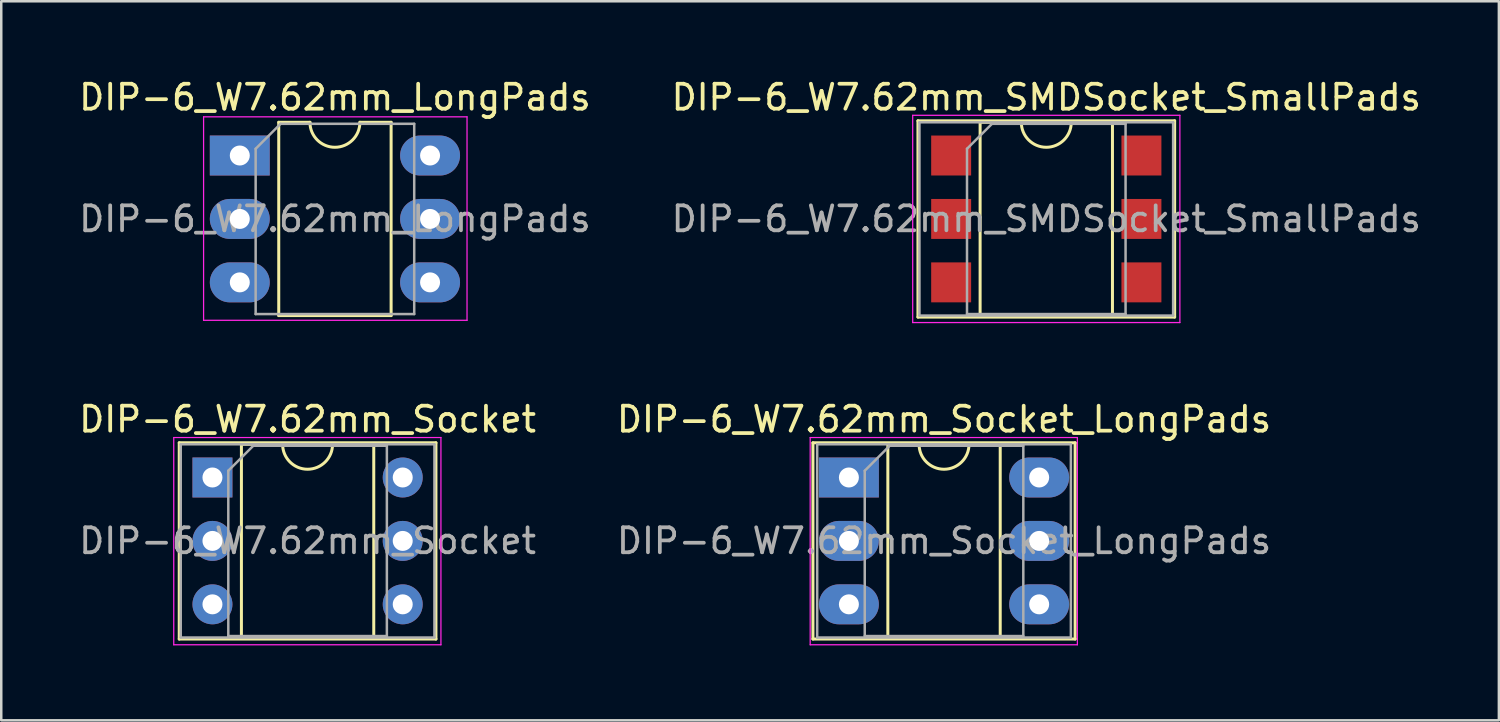
<source format=kicad_pcb>
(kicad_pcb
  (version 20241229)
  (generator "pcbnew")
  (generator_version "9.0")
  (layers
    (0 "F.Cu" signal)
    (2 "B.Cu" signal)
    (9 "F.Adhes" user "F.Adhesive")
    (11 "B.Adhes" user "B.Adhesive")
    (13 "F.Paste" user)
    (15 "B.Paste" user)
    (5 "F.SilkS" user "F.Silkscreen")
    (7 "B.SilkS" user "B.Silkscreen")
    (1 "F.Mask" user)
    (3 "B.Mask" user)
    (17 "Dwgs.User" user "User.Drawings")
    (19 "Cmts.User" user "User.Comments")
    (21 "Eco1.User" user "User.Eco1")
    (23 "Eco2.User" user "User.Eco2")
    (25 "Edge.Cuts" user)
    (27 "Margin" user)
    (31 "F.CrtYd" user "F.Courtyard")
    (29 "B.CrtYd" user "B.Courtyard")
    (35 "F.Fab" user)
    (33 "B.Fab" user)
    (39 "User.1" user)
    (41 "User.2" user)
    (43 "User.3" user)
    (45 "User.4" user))
  (footprint "DIP-6_W7.62mm_LongPads"
    (layer "F.Cu")
    (at 6.553 3.178)
    (property "Reference" "DIP-6_W7.62mm_LongPads" (at 3.81 -2.33 0) (layer "F.SilkS") (effects (font (size 1 1) (thickness 0.15))))
    (attr through_hole)
    (fp_line (start 1.56 -1.33) (end 1.56 6.41) (stroke (width 0.12) (type solid)) (layer "F.SilkS"))
    (fp_line (start 1.56 6.41) (end 6.06 6.41) (stroke (width 0.12) (type solid)) (layer "F.SilkS"))
    (fp_line (start 2.81 -1.33) (end 1.56 -1.33) (stroke (width 0.12) (type solid)) (layer "F.SilkS"))
    (fp_line (start 6.06 -1.33) (end 4.81 -1.33) (stroke (width 0.12) (type solid)) (layer "F.SilkS"))
    (fp_line (start 6.06 6.41) (end 6.06 -1.33) (stroke (width 0.12) (type solid)) (layer "F.SilkS"))
    (fp_arc (start 4.81 -1.33) (mid 3.81 -0.33) (end 2.81 -1.33) (stroke (width 0.12) (type solid)) (layer "F.SilkS"))
    (fp_line (start -1.45 -1.55) (end -1.45 6.6) (stroke (width 0.05) (type solid)) (layer "F.CrtYd"))
    (fp_line (start -1.45 6.6) (end 9.1 6.6) (stroke (width 0.05) (type solid)) (layer "F.CrtYd"))
    (fp_line (start 9.1 -1.55) (end -1.45 -1.55) (stroke (width 0.05) (type solid)) (layer "F.CrtYd"))
    (fp_line (start 9.1 6.6) (end 9.1 -1.55) (stroke (width 0.05) (type solid)) (layer "F.CrtYd"))
    (fp_line (start 0.635 -0.27) (end 1.635 -1.27) (stroke (width 0.1) (type solid)) (layer "F.Fab"))
    (fp_line (start 0.635 6.35) (end 0.635 -0.27) (stroke (width 0.1) (type solid)) (layer "F.Fab"))
    (fp_line (start 1.635 -1.27) (end 6.985 -1.27) (stroke (width 0.1) (type solid)) (layer "F.Fab"))
    (fp_line (start 6.985 -1.27) (end 6.985 6.35) (stroke (width 0.1) (type solid)) (layer "F.Fab"))
    (fp_line (start 6.985 6.35) (end 0.635 6.35) (stroke (width 0.1) (type solid)) (layer "F.Fab"))
    (fp_text user "${REFERENCE}" (at 3.81 2.54 0) (layer "F.Fab") (effects (font (size 1 1) (thickness 0.15))))
    (pad "1" thru_hole rect (at 0 0) (size 2.4 1.6) (drill 0.8) (layers "*.Cu" "*.Mask"))
    (pad "2" thru_hole oval (at 0 2.54) (size 2.4 1.6) (drill 0.8) (layers "*.Cu" "*.Mask"))
    (pad "3" thru_hole oval (at 0 5.08) (size 2.4 1.6) (drill 0.8) (layers "*.Cu" "*.Mask"))
    (pad "4" thru_hole oval (at 7.62 5.08) (size 2.4 1.6) (drill 0.8) (layers "*.Cu" "*.Mask"))
    (pad "5" thru_hole oval (at 7.62 2.54) (size 2.4 1.6) (drill 0.8) (layers "*.Cu" "*.Mask"))
    (pad "6" thru_hole oval (at 7.62 0) (size 2.4 1.6) (drill 0.8) (layers "*.Cu" "*.Mask")))
  (footprint "DIP-6_W7.62mm_SMDSocket_SmallPads"
    (layer "F.Cu")
    (at 38.851 5.718)
    (property "Reference" "DIP-6_W7.62mm_SMDSocket_SmallPads" (at 0 -4.87 0) (layer "F.SilkS") (effects (font (size 1 1) (thickness 0.15))))
    (attr smd)
    (fp_line (start -5.14 -3.93) (end -5.14 3.93) (stroke (width 0.12) (type solid)) (layer "F.SilkS"))
    (fp_line (start -5.14 3.93) (end 5.14 3.93) (stroke (width 0.12) (type solid)) (layer "F.SilkS"))
    (fp_line (start -2.65 -3.87) (end -2.65 3.87) (stroke (width 0.12) (type solid)) (layer "F.SilkS"))
    (fp_line (start -2.65 3.87) (end 2.65 3.87) (stroke (width 0.12) (type solid)) (layer "F.SilkS"))
    (fp_line (start -1 -3.87) (end -2.65 -3.87) (stroke (width 0.12) (type solid)) (layer "F.SilkS"))
    (fp_line (start 2.65 -3.87) (end 1 -3.87) (stroke (width 0.12) (type solid)) (layer "F.SilkS"))
    (fp_line (start 2.65 3.87) (end 2.65 -3.87) (stroke (width 0.12) (type solid)) (layer "F.SilkS"))
    (fp_line (start 5.14 -3.93) (end -5.14 -3.93) (stroke (width 0.12) (type solid)) (layer "F.SilkS"))
    (fp_line (start 5.14 3.93) (end 5.14 -3.93) (stroke (width 0.12) (type solid)) (layer "F.SilkS"))
    (fp_arc (start 1 -3.87) (mid 0 -2.87) (end -1 -3.87) (stroke (width 0.12) (type solid)) (layer "F.SilkS"))
    (fp_line (start -5.35 -4.15) (end -5.35 4.15) (stroke (width 0.05) (type solid)) (layer "F.CrtYd"))
    (fp_line (start -5.35 4.15) (end 5.35 4.15) (stroke (width 0.05) (type solid)) (layer "F.CrtYd"))
    (fp_line (start 5.35 -4.15) (end -5.35 -4.15) (stroke (width 0.05) (type solid)) (layer "F.CrtYd"))
    (fp_line (start 5.35 4.15) (end 5.35 -4.15) (stroke (width 0.05) (type solid)) (layer "F.CrtYd"))
    (fp_line (start -5.08 -3.87) (end -5.08 3.87) (stroke (width 0.1) (type solid)) (layer "F.Fab"))
    (fp_line (start -5.08 3.87) (end 5.08 3.87) (stroke (width 0.1) (type solid)) (layer "F.Fab"))
    (fp_line (start -3.175 -2.81) (end -2.175 -3.81) (stroke (width 0.1) (type solid)) (layer "F.Fab"))
    (fp_line (start -3.175 3.81) (end -3.175 -2.81) (stroke (width 0.1) (type solid)) (layer "F.Fab"))
    (fp_line (start -2.175 -3.81) (end 3.175 -3.81) (stroke (width 0.1) (type solid)) (layer "F.Fab"))
    (fp_line (start 3.175 -3.81) (end 3.175 3.81) (stroke (width 0.1) (type solid)) (layer "F.Fab"))
    (fp_line (start 3.175 3.81) (end -3.175 3.81) (stroke (width 0.1) (type solid)) (layer "F.Fab"))
    (fp_line (start 5.08 -3.87) (end -5.08 -3.87) (stroke (width 0.1) (type solid)) (layer "F.Fab"))
    (fp_line (start 5.08 3.87) (end 5.08 -3.87) (stroke (width 0.1) (type solid)) (layer "F.Fab"))
    (fp_text user "${REFERENCE}" (at 0 0 0) (layer "F.Fab") (effects (font (size 1 1) (thickness 0.15))))
    (pad "1" smd rect (at -3.81 -2.54) (size 1.6 1.6) (layers "F.Cu" "F.Mask" "F.Paste"))
    (pad "2" smd rect (at -3.81 0) (size 1.6 1.6) (layers "F.Cu" "F.Mask" "F.Paste"))
    (pad "3" smd rect (at -3.81 2.54) (size 1.6 1.6) (layers "F.Cu" "F.Mask" "F.Paste"))
    (pad "4" smd rect (at 3.81 2.54) (size 1.6 1.6) (layers "F.Cu" "F.Mask" "F.Paste"))
    (pad "5" smd rect (at 3.81 0) (size 1.6 1.6) (layers "F.Cu" "F.Mask" "F.Paste"))
    (pad "6" smd rect (at 3.81 -2.54) (size 1.6 1.6) (layers "F.Cu" "F.Mask" "F.Paste")))
  (footprint "DIP-6_W7.62mm_Socket_LongPads"
    (layer "F.Cu")
    (at 30.946 16.072)
    (property "Reference" "DIP-6_W7.62mm_Socket_LongPads" (at 3.81 -2.33 0) (layer "F.SilkS") (effects (font (size 1 1) (thickness 0.15))))
    (attr through_hole)
    (fp_line (start -1.44 -1.39) (end -1.44 6.47) (stroke (width 0.12) (type solid)) (layer "F.SilkS"))
    (fp_line (start -1.44 6.47) (end 9.06 6.47) (stroke (width 0.12) (type solid)) (layer "F.SilkS"))
    (fp_line (start 1.56 -1.33) (end 1.56 6.41) (stroke (width 0.12) (type solid)) (layer "F.SilkS"))
    (fp_line (start 1.56 6.41) (end 6.06 6.41) (stroke (width 0.12) (type solid)) (layer "F.SilkS"))
    (fp_line (start 2.81 -1.33) (end 1.56 -1.33) (stroke (width 0.12) (type solid)) (layer "F.SilkS"))
    (fp_line (start 6.06 -1.33) (end 4.81 -1.33) (stroke (width 0.12) (type solid)) (layer "F.SilkS"))
    (fp_line (start 6.06 6.41) (end 6.06 -1.33) (stroke (width 0.12) (type solid)) (layer "F.SilkS"))
    (fp_line (start 9.06 -1.39) (end -1.44 -1.39) (stroke (width 0.12) (type solid)) (layer "F.SilkS"))
    (fp_line (start 9.06 6.47) (end 9.06 -1.39) (stroke (width 0.12) (type solid)) (layer "F.SilkS"))
    (fp_arc (start 4.81 -1.33) (mid 3.81 -0.33) (end 2.81 -1.33) (stroke (width 0.12) (type solid)) (layer "F.SilkS"))
    (fp_line (start -1.55 -1.6) (end -1.55 6.7) (stroke (width 0.05) (type solid)) (layer "F.CrtYd"))
    (fp_line (start -1.55 6.7) (end 9.15 6.7) (stroke (width 0.05) (type solid)) (layer "F.CrtYd"))
    (fp_line (start 9.15 -1.6) (end -1.55 -1.6) (stroke (width 0.05) (type solid)) (layer "F.CrtYd"))
    (fp_line (start 9.15 6.7) (end 9.15 -1.6) (stroke (width 0.05) (type solid)) (layer "F.CrtYd"))
    (fp_line (start -1.27 -1.33) (end -1.27 6.41) (stroke (width 0.1) (type solid)) (layer "F.Fab"))
    (fp_line (start -1.27 6.41) (end 8.89 6.41) (stroke (width 0.1) (type solid)) (layer "F.Fab"))
    (fp_line (start 0.635 -0.27) (end 1.635 -1.27) (stroke (width 0.1) (type solid)) (layer "F.Fab"))
    (fp_line (start 0.635 6.35) (end 0.635 -0.27) (stroke (width 0.1) (type solid)) (layer "F.Fab"))
    (fp_line (start 1.635 -1.27) (end 6.985 -1.27) (stroke (width 0.1) (type solid)) (layer "F.Fab"))
    (fp_line (start 6.985 -1.27) (end 6.985 6.35) (stroke (width 0.1) (type solid)) (layer "F.Fab"))
    (fp_line (start 6.985 6.35) (end 0.635 6.35) (stroke (width 0.1) (type solid)) (layer "F.Fab"))
    (fp_line (start 8.89 -1.33) (end -1.27 -1.33) (stroke (width 0.1) (type solid)) (layer "F.Fab"))
    (fp_line (start 8.89 6.41) (end 8.89 -1.33) (stroke (width 0.1) (type solid)) (layer "F.Fab"))
    (fp_text user "${REFERENCE}" (at 3.81 2.54 0) (layer "F.Fab") (effects (font (size 1 1) (thickness 0.15))))
    (pad "1" thru_hole rect (at 0 0) (size 2.4 1.6) (drill 0.8) (layers "*.Cu" "*.Mask"))
    (pad "2" thru_hole oval (at 0 2.54) (size 2.4 1.6) (drill 0.8) (layers "*.Cu" "*.Mask"))
    (pad "3" thru_hole oval (at 0 5.08) (size 2.4 1.6) (drill 0.8) (layers "*.Cu" "*.Mask"))
    (pad "4" thru_hole oval (at 7.62 5.08) (size 2.4 1.6) (drill 0.8) (layers "*.Cu" "*.Mask"))
    (pad "5" thru_hole oval (at 7.62 2.54) (size 2.4 1.6) (drill 0.8) (layers "*.Cu" "*.Mask"))
    (pad "6" thru_hole oval (at 7.62 0) (size 2.4 1.6) (drill 0.8) (layers "*.Cu" "*.Mask")))
  (footprint "DIP-6_W7.62mm_Socket"
    (layer "F.Cu")
    (at 5.458 16.072)
    (property "Reference" "DIP-6_W7.62mm_Socket" (at 3.81 -2.33 0) (layer "F.SilkS") (effects (font (size 1 1) (thickness 0.15))))
    (attr through_hole)
    (fp_line (start -1.33 -1.39) (end -1.33 6.47) (stroke (width 0.12) (type solid)) (layer "F.SilkS"))
    (fp_line (start -1.33 6.47) (end 8.95 6.47) (stroke (width 0.12) (type solid)) (layer "F.SilkS"))
    (fp_line (start 1.16 -1.33) (end 1.16 6.41) (stroke (width 0.12) (type solid)) (layer "F.SilkS"))
    (fp_line (start 1.16 6.41) (end 6.46 6.41) (stroke (width 0.12) (type solid)) (layer "F.SilkS"))
    (fp_line (start 2.81 -1.33) (end 1.16 -1.33) (stroke (width 0.12) (type solid)) (layer "F.SilkS"))
    (fp_line (start 6.46 -1.33) (end 4.81 -1.33) (stroke (width 0.12) (type solid)) (layer "F.SilkS"))
    (fp_line (start 6.46 6.41) (end 6.46 -1.33) (stroke (width 0.12) (type solid)) (layer "F.SilkS"))
    (fp_line (start 8.95 -1.39) (end -1.33 -1.39) (stroke (width 0.12) (type solid)) (layer "F.SilkS"))
    (fp_line (start 8.95 6.47) (end 8.95 -1.39) (stroke (width 0.12) (type solid)) (layer "F.SilkS"))
    (fp_arc (start 4.81 -1.33) (mid 3.81 -0.33) (end 2.81 -1.33) (stroke (width 0.12) (type solid)) (layer "F.SilkS"))
    (fp_line (start -1.55 -1.6) (end -1.55 6.7) (stroke (width 0.05) (type solid)) (layer "F.CrtYd"))
    (fp_line (start -1.55 6.7) (end 9.15 6.7) (stroke (width 0.05) (type solid)) (layer "F.CrtYd"))
    (fp_line (start 9.15 -1.6) (end -1.55 -1.6) (stroke (width 0.05) (type solid)) (layer "F.CrtYd"))
    (fp_line (start 9.15 6.7) (end 9.15 -1.6) (stroke (width 0.05) (type solid)) (layer "F.CrtYd"))
    (fp_line (start -1.27 -1.33) (end -1.27 6.41) (stroke (width 0.1) (type solid)) (layer "F.Fab"))
    (fp_line (start -1.27 6.41) (end 8.89 6.41) (stroke (width 0.1) (type solid)) (layer "F.Fab"))
    (fp_line (start 0.635 -0.27) (end 1.635 -1.27) (stroke (width 0.1) (type solid)) (layer "F.Fab"))
    (fp_line (start 0.635 6.35) (end 0.635 -0.27) (stroke (width 0.1) (type solid)) (layer "F.Fab"))
    (fp_line (start 1.635 -1.27) (end 6.985 -1.27) (stroke (width 0.1) (type solid)) (layer "F.Fab"))
    (fp_line (start 6.985 -1.27) (end 6.985 6.35) (stroke (width 0.1) (type solid)) (layer "F.Fab"))
    (fp_line (start 6.985 6.35) (end 0.635 6.35) (stroke (width 0.1) (type solid)) (layer "F.Fab"))
    (fp_line (start 8.89 -1.33) (end -1.27 -1.33) (stroke (width 0.1) (type solid)) (layer "F.Fab"))
    (fp_line (start 8.89 6.41) (end 8.89 -1.33) (stroke (width 0.1) (type solid)) (layer "F.Fab"))
    (fp_text user "${REFERENCE}" (at 3.81 2.54 0) (layer "F.Fab") (effects (font (size 1 1) (thickness 0.15))))
    (pad "1" thru_hole rect (at 0 0) (size 1.6 1.6) (drill 0.8) (layers "*.Cu" "*.Mask"))
    (pad "2" thru_hole oval (at 0 2.54) (size 1.6 1.6) (drill 0.8) (layers "*.Cu" "*.Mask"))
    (pad "3" thru_hole oval (at 0 5.08) (size 1.6 1.6) (drill 0.8) (layers "*.Cu" "*.Mask"))
    (pad "4" thru_hole oval (at 7.62 5.08) (size 1.6 1.6) (drill 0.8) (layers "*.Cu" "*.Mask"))
    (pad "5" thru_hole oval (at 7.62 2.54) (size 1.6 1.6) (drill 0.8) (layers "*.Cu" "*.Mask"))
    (pad "6" thru_hole oval (at 7.62 0) (size 1.6 1.6) (drill 0.8) (layers "*.Cu" "*.Mask")))
  (gr_rect
    (start -3 -3)
    (end 56.976 25.797)
    (stroke (width 0.1) (type default))
    (fill no)
    (layer "Edge.Cuts")))
</source>
